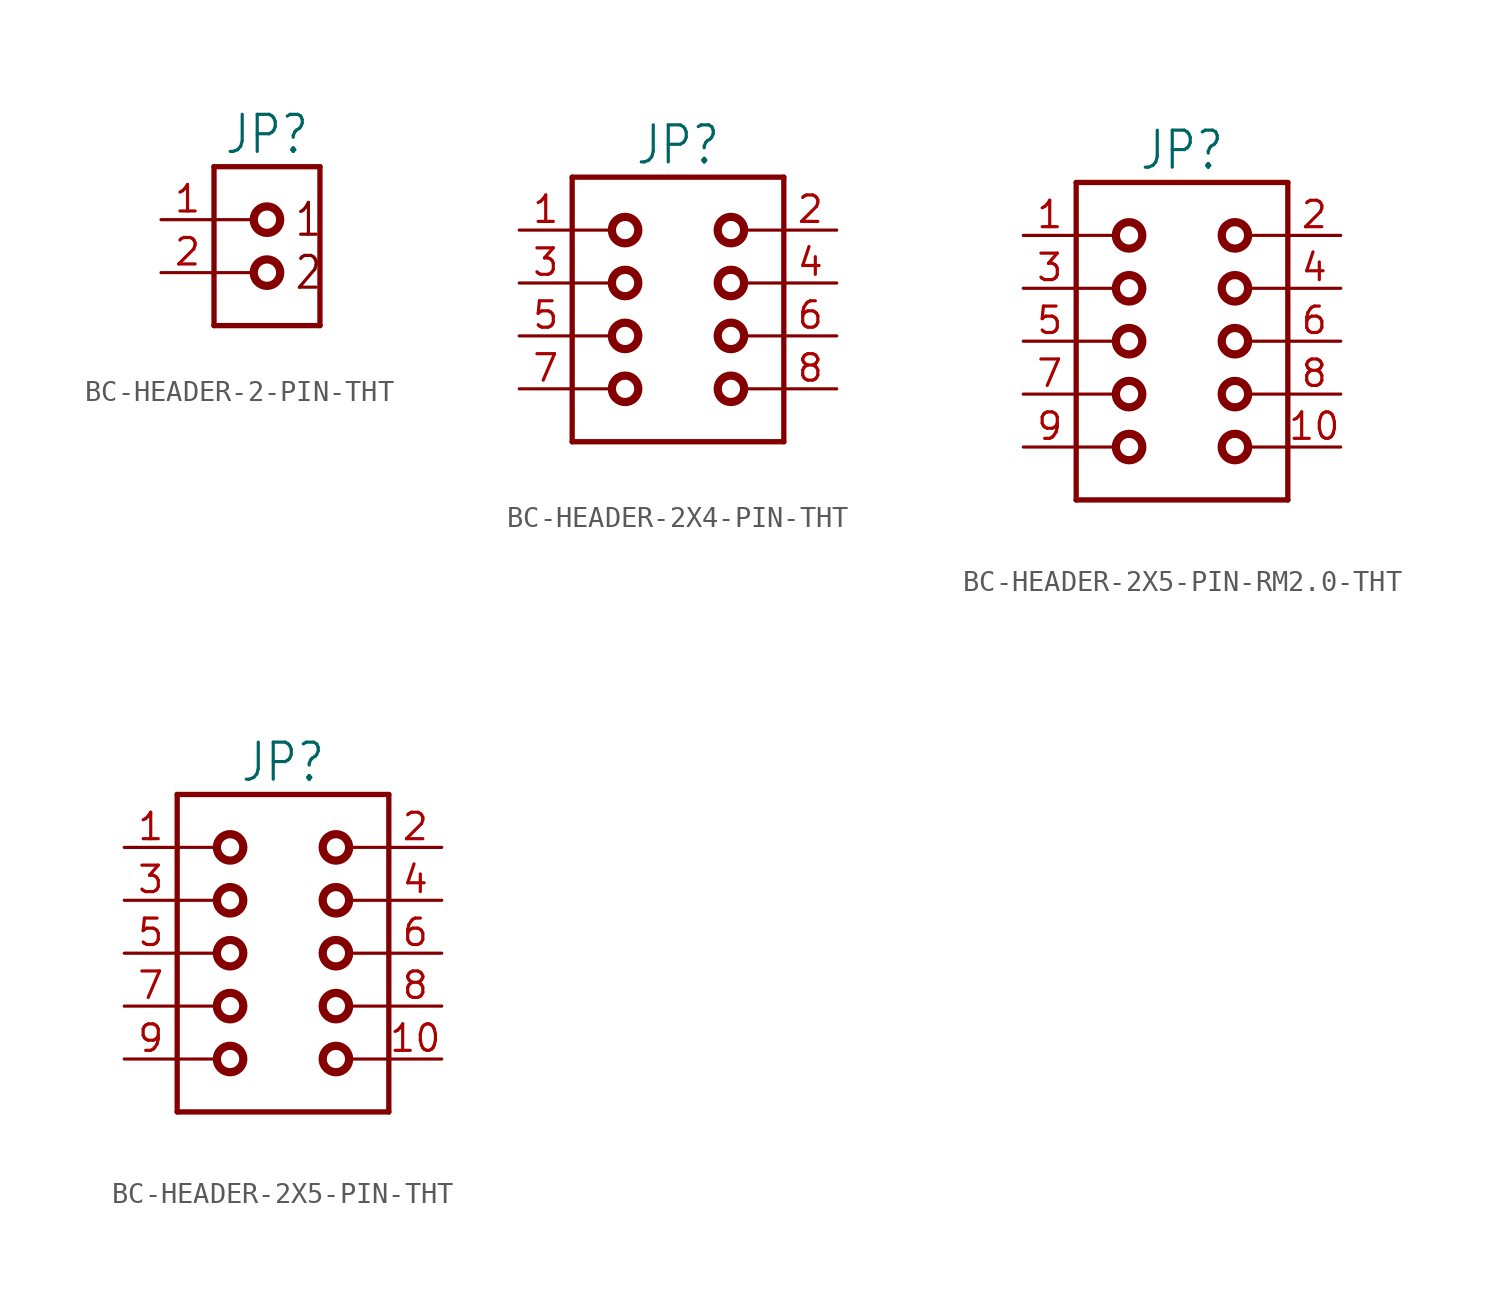
<source format=kicad_sym>
(kicad_symbol_lib
  (version 20231120)
  (generator "kicad_symbol_editor")
  (generator_version "8.0")
  (symbol "BC-HEADER-2-PIN-THT"
    (property "Reference" "JP"
      (at 0 3.048 0)
      (effects (font (size 1.778 1.511)) (justify bottom)))
    (property "Value" ""
      (at 0 -5.588 0)
      (effects (font (size 1.778 1.511)) (justify top)))
    (property "ki_locked" ""
      (at 0 0 0)
      (effects (font (size 1.27 1.27))))
    (symbol "BC-HEADER-2-PIN-THT_1_0"
      (circle (center 0 -2.54) (radius 0.635) (stroke (width 0.396) (type solid)) (fill (type none)))
      (polyline (pts (xy -2.54 -5.08) (xy 2.54 -5.08)) (stroke (width 0.254) (type solid)) (fill (type none)))
      (polyline (pts (xy -2.54 -2.54) (xy -0.635 -2.54)) (stroke (width 0.152) (type solid)) (fill (type none)))
      (polyline (pts (xy -2.54 0) (xy -0.635 0)) (stroke (width 0.152) (type solid)) (fill (type none)))
      (polyline (pts (xy -2.54 2.54) (xy -2.54 -5.08)) (stroke (width 0.254) (type solid)) (fill (type none)))
      (polyline (pts (xy 2.54 -5.08) (xy 2.54 2.54)) (stroke (width 0.254) (type solid)) (fill (type none)))
      (polyline (pts (xy 2.54 2.54) (xy -2.54 2.54)) (stroke (width 0.254) (type solid)) (fill (type none)))
      (circle (center 0 0) (radius 0.635) (stroke (width 0.396) (type solid)) (fill (type none)))
      (text "1" (at 1.27 0 0) (effects (font (size 1.524 1.295)) (justify left)))
      (text "2" (at 1.27 -2.54 0) (effects (font (size 1.524 1.295)) (justify left)))
      (pin passive line (at -5.08 0 0) (length 2.54) (name "1" (effects (font (size 0 0)))) (number "1" (effects (font (size 1.27 1.27)))))
      (pin passive line (at -5.08 -2.54 0) (length 2.54) (name "2" (effects (font (size 0 0)))) (number "2" (effects (font (size 1.27 1.27)))))))
  (symbol "BC-HEADER-2X4-PIN-THT"
    (property "Reference" "JP"
      (at 0 5.588 0)
      (effects (font (size 1.778 1.511)) (justify bottom)))
    (property "Value" ""
      (at 0 -8.128 0)
      (effects (font (size 1.778 1.511)) (justify top)))
    (property "ki_locked" ""
      (at 0 0 0)
      (effects (font (size 1.27 1.27))))
    (symbol "BC-HEADER-2X4-PIN-THT_1_0"
      (circle (center -2.54 -5.08) (radius 0.635) (stroke (width 0.396) (type solid)) (fill (type none)))
      (circle (center -2.54 -2.54) (radius 0.635) (stroke (width 0.396) (type solid)) (fill (type none)))
      (circle (center -2.54 0) (radius 0.635) (stroke (width 0.396) (type solid)) (fill (type none)))
      (circle (center -2.54 2.54) (radius 0.635) (stroke (width 0.396) (type solid)) (fill (type none)))
      (polyline (pts (xy -5.08 -7.62) (xy 5.08 -7.62)) (stroke (width 0.254) (type solid)) (fill (type none)))
      (polyline (pts (xy -5.08 -5.08) (xy -3.175 -5.08)) (stroke (width 0.152) (type solid)) (fill (type none)))
      (polyline (pts (xy -5.08 -2.54) (xy -5.08 -7.62)) (stroke (width 0.254) (type solid)) (fill (type none)))
      (polyline (pts (xy -5.08 -2.54) (xy -3.175 -2.54)) (stroke (width 0.152) (type solid)) (fill (type none)))
      (polyline (pts (xy -5.08 0) (xy -3.175 0)) (stroke (width 0.152) (type solid)) (fill (type none)))
      (polyline (pts (xy -5.08 2.54) (xy -3.175 2.54)) (stroke (width 0.152) (type solid)) (fill (type none)))
      (polyline (pts (xy -5.08 5.08) (xy -5.08 -2.54)) (stroke (width 0.254) (type solid)) (fill (type none)))
      (polyline (pts (xy 5.08 -7.62) (xy 5.08 5.08)) (stroke (width 0.254) (type solid)) (fill (type none)))
      (polyline (pts (xy 5.08 -5.08) (xy 3.175 -5.08)) (stroke (width 0.152) (type solid)) (fill (type none)))
      (polyline (pts (xy 5.08 -2.54) (xy 3.175 -2.54)) (stroke (width 0.152) (type solid)) (fill (type none)))
      (polyline (pts (xy 5.08 0) (xy 3.175 0)) (stroke (width 0.152) (type solid)) (fill (type none)))
      (polyline (pts (xy 5.08 2.54) (xy 3.175 2.54)) (stroke (width 0.152) (type solid)) (fill (type none)))
      (polyline (pts (xy 5.08 5.08) (xy -5.08 5.08)) (stroke (width 0.254) (type solid)) (fill (type none)))
      (circle (center 2.54 -5.08) (radius 0.635) (stroke (width 0.396) (type solid)) (fill (type none)))
      (circle (center 2.54 -2.54) (radius 0.635) (stroke (width 0.396) (type solid)) (fill (type none)))
      (circle (center 2.54 0) (radius 0.635) (stroke (width 0.396) (type solid)) (fill (type none)))
      (circle (center 2.54 2.54) (radius 0.635) (stroke (width 0.396) (type solid)) (fill (type none)))
      (pin passive line (at -7.62 2.54 0) (length 2.54) (name "1" (effects (font (size 0 0)))) (number "1" (effects (font (size 1.27 1.27)))))
      (pin passive line (at 7.62 2.54 180) (length 2.54) (name "2" (effects (font (size 0 0)))) (number "2" (effects (font (size 1.27 1.27)))))
      (pin passive line (at -7.62 0 0) (length 2.54) (name "3" (effects (font (size 0 0)))) (number "3" (effects (font (size 1.27 1.27)))))
      (pin passive line (at 7.62 0 180) (length 2.54) (name "4" (effects (font (size 0 0)))) (number "4" (effects (font (size 1.27 1.27)))))
      (pin passive line (at -7.62 -2.54 0) (length 2.54) (name "5" (effects (font (size 0 0)))) (number "5" (effects (font (size 1.27 1.27)))))
      (pin passive line (at 7.62 -2.54 180) (length 2.54) (name "6" (effects (font (size 0 0)))) (number "6" (effects (font (size 1.27 1.27)))))
      (pin passive line (at -7.62 -5.08 0) (length 2.54) (name "7" (effects (font (size 0 0)))) (number "7" (effects (font (size 1.27 1.27)))))
      (pin passive line (at 7.62 -5.08 180) (length 2.54) (name "8" (effects (font (size 0 0)))) (number "8" (effects (font (size 1.27 1.27)))))))
  (symbol "BC-HEADER-2X5-PIN-RM2.0-THT"
    (property "Reference" "JP"
      (at 0 8.128 0)
      (effects (font (size 1.778 1.511)) (justify bottom)))
    (property "Value" ""
      (at 0 -8.128 0)
      (effects (font (size 1.778 1.511)) (justify top)))
    (property "ki_locked" ""
      (at 0 0 0)
      (effects (font (size 1.27 1.27))))
    (symbol "BC-HEADER-2X5-PIN-RM2.0-THT_1_0"
      (circle (center -2.54 -5.08) (radius 0.635) (stroke (width 0.396) (type solid)) (fill (type none)))
      (circle (center -2.54 -2.54) (radius 0.635) (stroke (width 0.396) (type solid)) (fill (type none)))
      (circle (center -2.54 0) (radius 0.635) (stroke (width 0.396) (type solid)) (fill (type none)))
      (circle (center -2.54 2.54) (radius 0.635) (stroke (width 0.396) (type solid)) (fill (type none)))
      (circle (center -2.54 5.08) (radius 0.635) (stroke (width 0.396) (type solid)) (fill (type none)))
      (polyline (pts (xy -5.08 -7.62) (xy 5.08 -7.62)) (stroke (width 0.254) (type solid)) (fill (type none)))
      (polyline (pts (xy -5.08 -5.08) (xy -3.175 -5.08)) (stroke (width 0.152) (type solid)) (fill (type none)))
      (polyline (pts (xy -5.08 -2.54) (xy -3.175 -2.54)) (stroke (width 0.152) (type solid)) (fill (type none)))
      (polyline (pts (xy -5.08 0) (xy -5.08 -7.62)) (stroke (width 0.254) (type solid)) (fill (type none)))
      (polyline (pts (xy -5.08 0) (xy -3.175 0)) (stroke (width 0.152) (type solid)) (fill (type none)))
      (polyline (pts (xy -5.08 2.54) (xy -3.175 2.54)) (stroke (width 0.152) (type solid)) (fill (type none)))
      (polyline (pts (xy -5.08 5.08) (xy -3.175 5.08)) (stroke (width 0.152) (type solid)) (fill (type none)))
      (polyline (pts (xy -5.08 7.62) (xy -5.08 0)) (stroke (width 0.254) (type solid)) (fill (type none)))
      (polyline (pts (xy 5.08 -7.62) (xy 5.08 7.62)) (stroke (width 0.254) (type solid)) (fill (type none)))
      (polyline (pts (xy 5.08 -5.08) (xy 3.175 -5.08)) (stroke (width 0.152) (type solid)) (fill (type none)))
      (polyline (pts (xy 5.08 -2.54) (xy 3.175 -2.54)) (stroke (width 0.152) (type solid)) (fill (type none)))
      (polyline (pts (xy 5.08 0) (xy 3.175 0)) (stroke (width 0.152) (type solid)) (fill (type none)))
      (polyline (pts (xy 5.08 2.54) (xy 3.175 2.54)) (stroke (width 0.152) (type solid)) (fill (type none)))
      (polyline (pts (xy 5.08 5.08) (xy 3.175 5.08)) (stroke (width 0.152) (type solid)) (fill (type none)))
      (polyline (pts (xy 5.08 7.62) (xy -5.08 7.62)) (stroke (width 0.254) (type solid)) (fill (type none)))
      (circle (center 2.54 -5.08) (radius 0.635) (stroke (width 0.396) (type solid)) (fill (type none)))
      (circle (center 2.54 -2.54) (radius 0.635) (stroke (width 0.396) (type solid)) (fill (type none)))
      (circle (center 2.54 0) (radius 0.635) (stroke (width 0.396) (type solid)) (fill (type none)))
      (circle (center 2.54 2.54) (radius 0.635) (stroke (width 0.396) (type solid)) (fill (type none)))
      (circle (center 2.54 5.08) (radius 0.635) (stroke (width 0.396) (type solid)) (fill (type none)))
      (pin passive line (at -7.62 5.08 0) (length 2.54) (name "1" (effects (font (size 0 0)))) (number "1" (effects (font (size 1.27 1.27)))))
      (pin passive line (at 7.62 -5.08 180) (length 2.54) (name "10" (effects (font (size 0 0)))) (number "10" (effects (font (size 1.27 1.27)))))
      (pin passive line (at 7.62 5.08 180) (length 2.54) (name "2" (effects (font (size 0 0)))) (number "2" (effects (font (size 1.27 1.27)))))
      (pin passive line (at -7.62 2.54 0) (length 2.54) (name "3" (effects (font (size 0 0)))) (number "3" (effects (font (size 1.27 1.27)))))
      (pin passive line (at 7.62 2.54 180) (length 2.54) (name "4" (effects (font (size 0 0)))) (number "4" (effects (font (size 1.27 1.27)))))
      (pin passive line (at -7.62 0 0) (length 2.54) (name "5" (effects (font (size 0 0)))) (number "5" (effects (font (size 1.27 1.27)))))
      (pin passive line (at 7.62 0 180) (length 2.54) (name "6" (effects (font (size 0 0)))) (number "6" (effects (font (size 1.27 1.27)))))
      (pin passive line (at -7.62 -2.54 0) (length 2.54) (name "7" (effects (font (size 0 0)))) (number "7" (effects (font (size 1.27 1.27)))))
      (pin passive line (at 7.62 -2.54 180) (length 2.54) (name "8" (effects (font (size 0 0)))) (number "8" (effects (font (size 1.27 1.27)))))
      (pin passive line (at -7.62 -5.08 0) (length 2.54) (name "9" (effects (font (size 0 0)))) (number "9" (effects (font (size 1.27 1.27)))))))
  (symbol "BC-HEADER-2X5-PIN-THT"
    (property "Reference" "JP"
      (at 0 8.128 0)
      (effects (font (size 1.778 1.511)) (justify bottom)))
    (property "Value" ""
      (at 0 -8.128 0)
      (effects (font (size 1.778 1.511)) (justify top)))
    (property "ki_locked" ""
      (at 0 0 0)
      (effects (font (size 1.27 1.27))))
    (symbol "BC-HEADER-2X5-PIN-THT_1_0"
      (circle (center -2.54 -5.08) (radius 0.635) (stroke (width 0.396) (type solid)) (fill (type none)))
      (circle (center -2.54 -2.54) (radius 0.635) (stroke (width 0.396) (type solid)) (fill (type none)))
      (circle (center -2.54 0) (radius 0.635) (stroke (width 0.396) (type solid)) (fill (type none)))
      (circle (center -2.54 2.54) (radius 0.635) (stroke (width 0.396) (type solid)) (fill (type none)))
      (circle (center -2.54 5.08) (radius 0.635) (stroke (width 0.396) (type solid)) (fill (type none)))
      (polyline (pts (xy -5.08 -7.62) (xy 5.08 -7.62)) (stroke (width 0.254) (type solid)) (fill (type none)))
      (polyline (pts (xy -5.08 -5.08) (xy -3.175 -5.08)) (stroke (width 0.152) (type solid)) (fill (type none)))
      (polyline (pts (xy -5.08 -2.54) (xy -3.175 -2.54)) (stroke (width 0.152) (type solid)) (fill (type none)))
      (polyline (pts (xy -5.08 0) (xy -5.08 -7.62)) (stroke (width 0.254) (type solid)) (fill (type none)))
      (polyline (pts (xy -5.08 0) (xy -3.175 0)) (stroke (width 0.152) (type solid)) (fill (type none)))
      (polyline (pts (xy -5.08 2.54) (xy -3.175 2.54)) (stroke (width 0.152) (type solid)) (fill (type none)))
      (polyline (pts (xy -5.08 5.08) (xy -3.175 5.08)) (stroke (width 0.152) (type solid)) (fill (type none)))
      (polyline (pts (xy -5.08 7.62) (xy -5.08 0)) (stroke (width 0.254) (type solid)) (fill (type none)))
      (polyline (pts (xy 5.08 -7.62) (xy 5.08 7.62)) (stroke (width 0.254) (type solid)) (fill (type none)))
      (polyline (pts (xy 5.08 -5.08) (xy 3.175 -5.08)) (stroke (width 0.152) (type solid)) (fill (type none)))
      (polyline (pts (xy 5.08 -2.54) (xy 3.175 -2.54)) (stroke (width 0.152) (type solid)) (fill (type none)))
      (polyline (pts (xy 5.08 0) (xy 3.175 0)) (stroke (width 0.152) (type solid)) (fill (type none)))
      (polyline (pts (xy 5.08 2.54) (xy 3.175 2.54)) (stroke (width 0.152) (type solid)) (fill (type none)))
      (polyline (pts (xy 5.08 5.08) (xy 3.175 5.08)) (stroke (width 0.152) (type solid)) (fill (type none)))
      (polyline (pts (xy 5.08 7.62) (xy -5.08 7.62)) (stroke (width 0.254) (type solid)) (fill (type none)))
      (circle (center 2.54 -5.08) (radius 0.635) (stroke (width 0.396) (type solid)) (fill (type none)))
      (circle (center 2.54 -2.54) (radius 0.635) (stroke (width 0.396) (type solid)) (fill (type none)))
      (circle (center 2.54 0) (radius 0.635) (stroke (width 0.396) (type solid)) (fill (type none)))
      (circle (center 2.54 2.54) (radius 0.635) (stroke (width 0.396) (type solid)) (fill (type none)))
      (circle (center 2.54 5.08) (radius 0.635) (stroke (width 0.396) (type solid)) (fill (type none)))
      (pin passive line (at -7.62 5.08 0) (length 2.54) (name "1" (effects (font (size 0 0)))) (number "1" (effects (font (size 1.27 1.27)))))
      (pin passive line (at 7.62 -5.08 180) (length 2.54) (name "10" (effects (font (size 0 0)))) (number "10" (effects (font (size 1.27 1.27)))))
      (pin passive line (at 7.62 5.08 180) (length 2.54) (name "2" (effects (font (size 0 0)))) (number "2" (effects (font (size 1.27 1.27)))))
      (pin passive line (at -7.62 2.54 0) (length 2.54) (name "3" (effects (font (size 0 0)))) (number "3" (effects (font (size 1.27 1.27)))))
      (pin passive line (at 7.62 2.54 180) (length 2.54) (name "4" (effects (font (size 0 0)))) (number "4" (effects (font (size 1.27 1.27)))))
      (pin passive line (at -7.62 0 0) (length 2.54) (name "5" (effects (font (size 0 0)))) (number "5" (effects (font (size 1.27 1.27)))))
      (pin passive line (at 7.62 0 180) (length 2.54) (name "6" (effects (font (size 0 0)))) (number "6" (effects (font (size 1.27 1.27)))))
      (pin passive line (at -7.62 -2.54 0) (length 2.54) (name "7" (effects (font (size 0 0)))) (number "7" (effects (font (size 1.27 1.27)))))
      (pin passive line (at 7.62 -2.54 180) (length 2.54) (name "8" (effects (font (size 0 0)))) (number "8" (effects (font (size 1.27 1.27)))))
      (pin passive line (at -7.62 -5.08 0) (length 2.54) (name "9" (effects (font (size 0 0)))) (number "9" (effects (font (size 1.27 1.27))))))))
</source>
